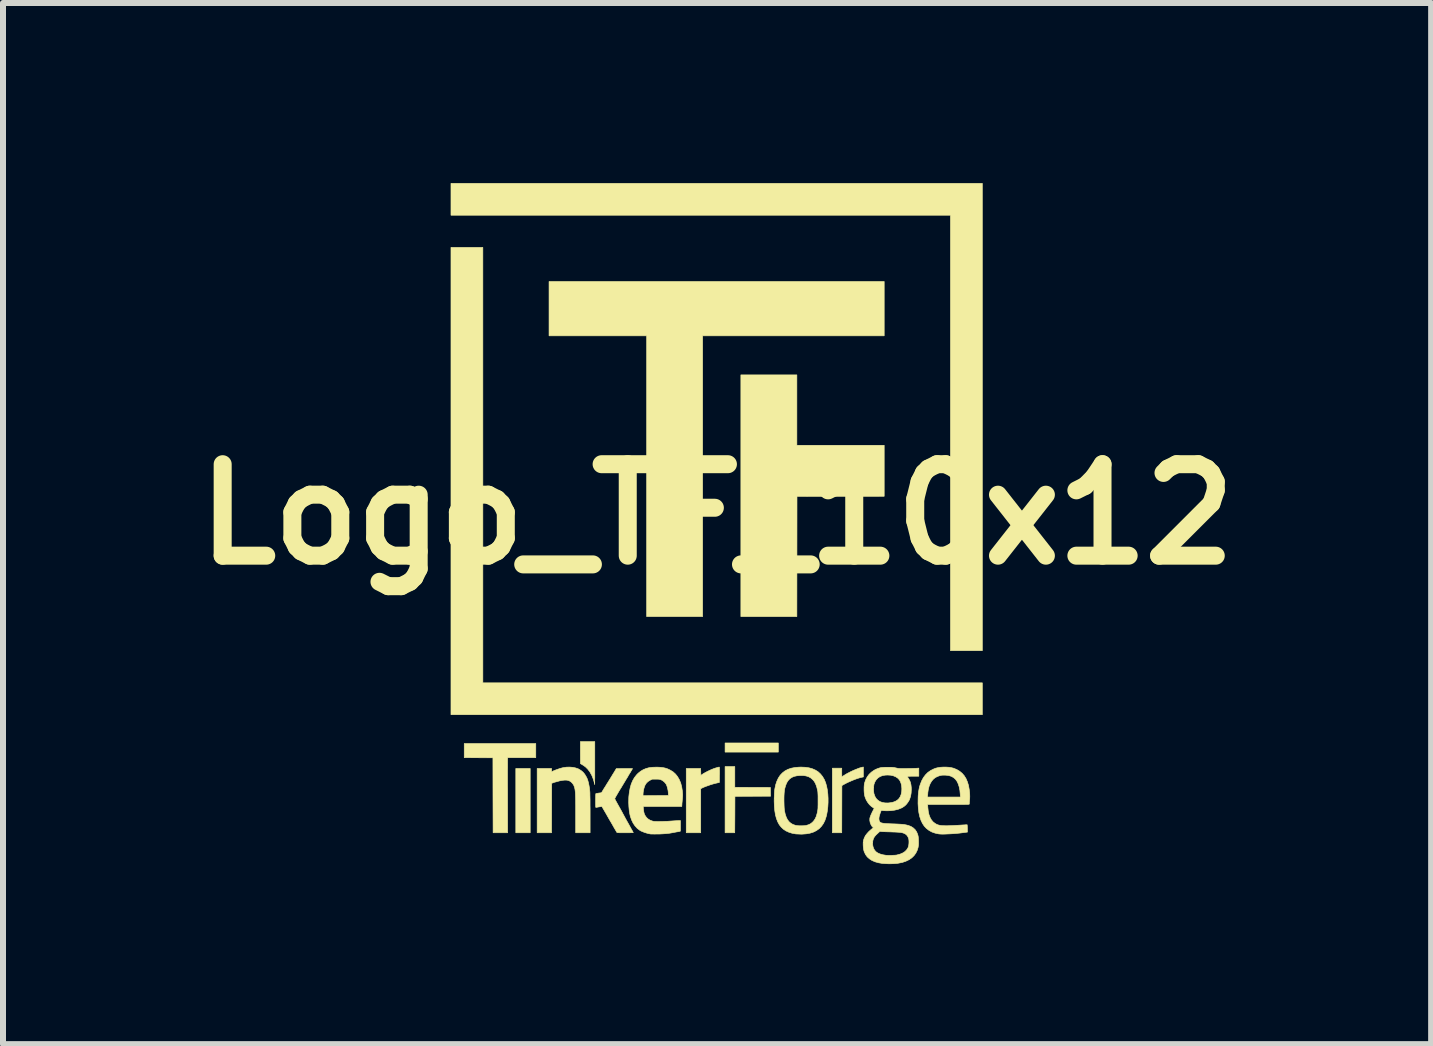
<source format=kicad_pcb>
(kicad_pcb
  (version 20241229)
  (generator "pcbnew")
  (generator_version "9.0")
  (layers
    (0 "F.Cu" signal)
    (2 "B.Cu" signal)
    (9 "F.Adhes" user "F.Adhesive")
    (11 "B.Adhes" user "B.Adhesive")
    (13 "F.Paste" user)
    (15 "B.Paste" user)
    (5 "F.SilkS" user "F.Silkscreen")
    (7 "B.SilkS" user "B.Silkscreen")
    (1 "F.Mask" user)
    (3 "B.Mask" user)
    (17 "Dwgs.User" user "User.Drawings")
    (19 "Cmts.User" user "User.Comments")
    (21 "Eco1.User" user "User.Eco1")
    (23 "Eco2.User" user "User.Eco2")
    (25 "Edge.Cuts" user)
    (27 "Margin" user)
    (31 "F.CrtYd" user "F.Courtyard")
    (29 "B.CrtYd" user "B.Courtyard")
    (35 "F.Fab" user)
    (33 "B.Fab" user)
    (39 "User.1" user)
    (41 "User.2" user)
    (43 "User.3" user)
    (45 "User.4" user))
  (footprint "Logo_TF_10x12"
    (layer "F.Cu")
    (at 8.897 5.519)
    (property "Reference" "Logo_TF_10x12" (at 0 0 0) (layer "F.SilkS") (effects (font (size 1.524 1.524) (thickness 0.3))))
    (attr through_hole)
    (fp_poly (pts (xy -3.113 5.306) (xy -3.353 5.306) (xy -3.353 4.235) (xy -3.113 4.235) (xy -3.113 5.306)) (stroke (width 0.01) (type solid)) (fill yes) (layer "F.SilkS"))
    (fp_poly (pts (xy 1.021 3.962) (xy 0.134 3.962) (xy 0.134 3.81) (xy 1.021 3.81) (xy 1.021 3.962)) (stroke (width 0.01) (type solid)) (fill yes) (layer "F.SilkS"))
    (fp_poly (pts (xy -3.902 2.808) (xy 4.42 2.808) (xy 4.42 3.339) (xy -4.433 3.339) (xy -4.433 -4.447) (xy -3.902 -4.447) (xy -3.902 2.808)) (stroke (width 0.01) (type solid)) (fill yes) (layer "F.SilkS"))
    (fp_poly (pts (xy 4.42 2.272) (xy 3.889 2.272) (xy 3.889 -4.983) (xy -4.433 -4.983) (xy -4.433 -5.514) (xy 4.42 -5.514) (xy 4.42 2.272)) (stroke (width 0.01) (type solid)) (fill yes) (layer "F.SilkS"))
    (fp_poly (pts (xy 1.33 -1.15) (xy 2.785 -1.15) (xy 2.785 -0.3) (xy 1.332 -0.298) (xy 1.33 1.704) (xy 0.397 1.704) (xy 0.397 -2.323) (xy 1.33 -2.323) (xy 1.33 -1.15)) (stroke (width 0.01) (type solid)) (fill yes) (layer "F.SilkS"))
    (fp_poly (pts (xy 2.785 -2.974) (xy -0.24 -2.974) (xy -0.24 1.704) (xy -1.173 1.704) (xy -1.173 -2.974) (xy -2.799 -2.974) (xy -2.799 -3.879) (xy 2.785 -3.879) (xy 2.785 -2.974)) (stroke (width 0.01) (type solid)) (fill yes) (layer "F.SilkS"))
    (fp_poly (pts (xy 0.296 4.549) (xy 0.592 4.55) (xy 0.889 4.551) (xy 0.89 4.624) (xy 0.892 4.697) (xy 0.595 4.698) (xy 0.298 4.699) (xy 0.297 5.003) (xy 0.295 5.306) (xy 0.134 5.306) (xy 0.134 4.203) (xy 0.296 4.203) (xy 0.296 4.549)) (stroke (width 0.01) (type solid)) (fill yes) (layer "F.SilkS"))
    (fp_poly (pts (xy -3.02 4.055) (xy -3.487 4.055) (xy -3.489 4.065) (xy -3.489 4.071) (xy -3.49 4.085) (xy -3.49 4.108) (xy -3.49 4.138) (xy -3.49 4.176) (xy -3.49 4.219) (xy -3.491 4.269) (xy -3.491 4.324) (xy -3.491 4.384) (xy -3.491 4.448) (xy -3.491 4.517) (xy -3.49 4.588) (xy -3.49 4.662) (xy -3.49 4.691) (xy -3.489 5.306) (xy -3.731 5.306) (xy -3.733 4.682) (xy -3.734 4.057) (xy -4.212 4.055) (xy -4.212 3.819) (xy -3.02 3.819) (xy -3.02 4.055)) (stroke (width 0.01) (type solid)) (fill yes) (layer "F.SilkS"))
    (fp_poly (pts (xy -2.037 4.145) (xy -2.037 4.201) (xy -2.037 4.255) (xy -2.037 4.306) (xy -2.037 4.352) (xy -2.037 4.393) (xy -2.038 4.429) (xy -2.038 4.459) (xy -2.038 4.481) (xy -2.038 4.496) (xy -2.039 4.502) (xy -2.039 4.503) (xy -2.041 4.499) (xy -2.041 4.492) (xy -2.043 4.479) (xy -2.048 4.46) (xy -2.055 4.436) (xy -2.063 4.41) (xy -2.073 4.384) (xy -2.083 4.359) (xy -2.09 4.344) (xy -2.12 4.291) (xy -2.155 4.245) (xy -2.195 4.206) (xy -2.241 4.175) (xy -2.242 4.174) (xy -2.276 4.154) (xy -2.277 3.97) (xy -2.277 3.787) (xy -2.037 3.787) (xy -2.037 4.145)) (stroke (width 0.01) (type solid)) (fill yes) (layer "F.SilkS"))
    (fp_poly (pts (xy 0.039 4.216) (xy 0.04 4.229) (xy 0.04 4.248) (xy 0.041 4.273) (xy 0.041 4.303) (xy 0.041 4.336) (xy 0.04 4.34) (xy 0.039 4.468) (xy 0.014 4.473) (xy -0.024 4.482) (xy -0.066 4.493) (xy -0.109 4.506) (xy -0.151 4.521) (xy -0.191 4.535) (xy -0.225 4.549) (xy -0.246 4.559) (xy -0.272 4.572) (xy -0.272 5.306) (xy -0.513 5.306) (xy -0.513 4.235) (xy -0.273 4.235) (xy -0.271 4.293) (xy -0.27 4.35) (xy -0.244 4.332) (xy -0.223 4.318) (xy -0.196 4.303) (xy -0.164 4.286) (xy -0.131 4.27) (xy -0.098 4.255) (xy -0.069 4.243) (xy -0.048 4.235) (xy -0.024 4.227) (xy -0.002 4.221) (xy 0.018 4.215) (xy 0.033 4.212) (xy 0.038 4.212) (xy 0.039 4.216)) (stroke (width 0.01) (type solid)) (fill yes) (layer "F.SilkS"))
    (fp_poly (pts (xy 2.438 4.376) (xy 2.41 4.382) (xy 2.377 4.39) (xy 2.339 4.402) (xy 2.297 4.417) (xy 2.252 4.435) (xy 2.208 4.454) (xy 2.166 4.473) (xy 2.128 4.493) (xy 2.113 4.501) (xy 2.08 4.52) (xy 2.079 4.913) (xy 2.078 5.306) (xy 1.921 5.306) (xy 1.921 4.23) (xy 2.078 4.23) (xy 2.078 4.302) (xy 2.078 4.326) (xy 2.079 4.347) (xy 2.079 4.363) (xy 2.079 4.372) (xy 2.08 4.373) (xy 2.084 4.371) (xy 2.094 4.365) (xy 2.109 4.355) (xy 2.12 4.348) (xy 2.15 4.329) (xy 2.185 4.31) (xy 2.224 4.29) (xy 2.264 4.271) (xy 2.304 4.254) (xy 2.342 4.239) (xy 2.376 4.226) (xy 2.406 4.218) (xy 2.421 4.214) (xy 2.438 4.211) (xy 2.438 4.376)) (stroke (width 0.01) (type solid)) (fill yes) (layer "F.SilkS"))
    (fp_poly (pts (xy -2.404 4.216) (xy -2.356 4.226) (xy -2.313 4.241) (xy -2.307 4.244) (xy -2.267 4.268) (xy -2.233 4.296) (xy -2.204 4.331) (xy -2.179 4.373) (xy -2.165 4.401) (xy -2.153 4.434) (xy -2.142 4.474) (xy -2.133 4.519) (xy -2.125 4.566) (xy -2.12 4.614) (xy -2.119 4.627) (xy -2.118 4.649) (xy -2.118 4.679) (xy -2.117 4.715) (xy -2.116 4.756) (xy -2.116 4.802) (xy -2.116 4.852) (xy -2.115 4.905) (xy -2.115 4.959) (xy -2.115 4.986) (xy -2.115 5.306) (xy -2.355 5.306) (xy -2.355 4.986) (xy -2.355 4.919) (xy -2.355 4.86) (xy -2.356 4.808) (xy -2.356 4.764) (xy -2.357 4.726) (xy -2.358 4.693) (xy -2.359 4.666) (xy -2.36 4.642) (xy -2.362 4.622) (xy -2.364 4.604) (xy -2.366 4.588) (xy -2.369 4.573) (xy -2.372 4.559) (xy -2.373 4.554) (xy -2.386 4.518) (xy -2.405 4.487) (xy -2.43 4.461) (xy -2.459 4.442) (xy -2.459 4.442) (xy -2.483 4.433) (xy -2.51 4.429) (xy -2.541 4.429) (xy -2.578 4.433) (xy -2.621 4.441) (xy -2.635 4.445) (xy -2.661 4.452) (xy -2.686 4.459) (xy -2.709 4.465) (xy -2.725 4.471) (xy -2.727 4.472) (xy -2.755 4.482) (xy -2.756 4.894) (xy -2.757 5.306) (xy -2.997 5.306) (xy -2.997 4.235) (xy -2.757 4.235) (xy -2.757 4.26) (xy -2.757 4.274) (xy -2.755 4.284) (xy -2.754 4.287) (xy -2.749 4.286) (xy -2.739 4.282) (xy -2.737 4.281) (xy -2.721 4.273) (xy -2.699 4.264) (xy -2.672 4.254) (xy -2.643 4.244) (xy -2.614 4.234) (xy -2.587 4.227) (xy -2.564 4.221) (xy -2.562 4.221) (xy -2.509 4.213) (xy -2.455 4.212) (xy -2.404 4.216)) (stroke (width 0.01) (type solid)) (fill yes) (layer "F.SilkS"))
    (fp_poly (pts (xy -1.451 4.236) (xy -1.43 4.236) (xy -1.416 4.236) (xy -1.409 4.237) (xy -1.409 4.237) (xy -1.411 4.242) (xy -1.418 4.255) (xy -1.43 4.274) (xy -1.445 4.3) (xy -1.46 4.324) (xy -1.47 4.34) (xy -1.478 4.353) (xy -1.482 4.361) (xy -1.482 4.362) (xy -1.485 4.367) (xy -1.491 4.377) (xy -1.498 4.389) (xy -1.508 4.405) (xy -1.518 4.421) (xy -1.523 4.429) (xy -1.53 4.442) (xy -1.542 4.461) (xy -1.556 4.485) (xy -1.572 4.511) (xy -1.588 4.538) (xy -1.593 4.547) (xy -1.614 4.58) (xy -1.634 4.613) (xy -1.652 4.644) (xy -1.669 4.673) (xy -1.683 4.697) (xy -1.694 4.717) (xy -1.701 4.73) (xy -1.704 4.737) (xy -1.704 4.738) (xy -1.702 4.744) (xy -1.696 4.756) (xy -1.687 4.774) (xy -1.675 4.795) (xy -1.666 4.812) (xy -1.638 4.862) (xy -1.614 4.905) (xy -1.594 4.941) (xy -1.578 4.971) (xy -1.568 4.99) (xy -1.557 5.01) (xy -1.542 5.038) (xy -1.524 5.071) (xy -1.503 5.109) (xy -1.48 5.15) (xy -1.456 5.193) (xy -1.432 5.237) (xy -1.415 5.267) (xy -1.406 5.283) (xy -1.4 5.295) (xy -1.396 5.302) (xy -1.395 5.303) (xy -1.399 5.304) (xy -1.412 5.304) (xy -1.431 5.305) (xy -1.456 5.306) (xy -1.485 5.306) (xy -1.519 5.306) (xy -1.529 5.306) (xy -1.569 5.306) (xy -1.6 5.306) (xy -1.623 5.306) (xy -1.641 5.305) (xy -1.653 5.304) (xy -1.661 5.303) (xy -1.666 5.302) (xy -1.669 5.3) (xy -1.67 5.298) (xy -1.675 5.29) (xy -1.683 5.276) (xy -1.696 5.254) (xy -1.712 5.227) (xy -1.73 5.195) (xy -1.751 5.158) (xy -1.774 5.119) (xy -1.799 5.076) (xy -1.824 5.032) (xy -1.85 4.986) (xy -1.876 4.942) (xy -1.889 4.919) (xy -1.901 4.899) (xy -1.91 4.883) (xy -1.916 4.872) (xy -1.918 4.869) (xy -1.923 4.869) (xy -1.935 4.87) (xy -1.951 4.873) (xy -1.969 4.875) (xy -1.987 4.879) (xy -2.003 4.881) (xy -2.013 4.884) (xy -2.015 4.884) (xy -2.017 4.884) (xy -2.019 4.883) (xy -2.021 4.878) (xy -2.022 4.869) (xy -2.022 4.856) (xy -2.023 4.836) (xy -2.023 4.809) (xy -2.023 4.774) (xy -2.023 4.771) (xy -2.023 4.739) (xy -2.022 4.711) (xy -2.022 4.687) (xy -2.021 4.668) (xy -2.02 4.657) (xy -2.019 4.654) (xy -2.013 4.652) (xy -2.001 4.65) (xy -1.983 4.647) (xy -1.971 4.645) (xy -1.925 4.639) (xy -1.886 4.574) (xy -1.87 4.549) (xy -1.854 4.524) (xy -1.84 4.5) (xy -1.828 4.481) (xy -1.824 4.475) (xy -1.813 4.458) (xy -1.8 4.436) (xy -1.784 4.411) (xy -1.769 4.386) (xy -1.766 4.381) (xy -1.75 4.355) (xy -1.734 4.328) (xy -1.718 4.303) (xy -1.705 4.282) (xy -1.704 4.279) (xy -1.678 4.237) (xy -1.543 4.236) (xy -1.509 4.236) (xy -1.478 4.236) (xy -1.451 4.236)) (stroke (width 0.01) (type solid)) (fill yes) (layer "F.SilkS"))
    (fp_poly (pts (xy 1.469 4.215) (xy 1.532 4.224) (xy 1.589 4.24) (xy 1.639 4.262) (xy 1.684 4.29) (xy 1.723 4.326) (xy 1.757 4.368) (xy 1.786 4.417) (xy 1.79 4.425) (xy 1.81 4.475) (xy 1.826 4.532) (xy 1.838 4.594) (xy 1.846 4.661) (xy 1.85 4.73) (xy 1.85 4.801) (xy 1.846 4.872) (xy 1.838 4.941) (xy 1.826 5.008) (xy 1.817 5.042) (xy 1.797 5.102) (xy 1.771 5.154) (xy 1.739 5.199) (xy 1.701 5.238) (xy 1.656 5.27) (xy 1.606 5.295) (xy 1.549 5.313) (xy 1.486 5.324) (xy 1.417 5.329) (xy 1.397 5.329) (xy 1.371 5.328) (xy 1.346 5.327) (xy 1.324 5.326) (xy 1.309 5.325) (xy 1.25 5.314) (xy 1.196 5.297) (xy 1.148 5.275) (xy 1.106 5.247) (xy 1.069 5.212) (xy 1.037 5.172) (xy 1.011 5.124) (xy 0.99 5.07) (xy 0.973 5.008) (xy 0.962 4.939) (xy 0.955 4.862) (xy 0.952 4.778) (xy 0.952 4.773) (xy 1.115 4.773) (xy 1.116 4.816) (xy 1.117 4.856) (xy 1.119 4.893) (xy 1.122 4.925) (xy 1.124 4.939) (xy 1.136 4.996) (xy 1.153 5.046) (xy 1.173 5.087) (xy 1.199 5.121) (xy 1.23 5.148) (xy 1.265 5.168) (xy 1.306 5.182) (xy 1.316 5.184) (xy 1.342 5.188) (xy 1.373 5.19) (xy 1.406 5.19) (xy 1.439 5.189) (xy 1.468 5.187) (xy 1.484 5.184) (xy 1.522 5.173) (xy 1.555 5.158) (xy 1.584 5.136) (xy 1.592 5.129) (xy 1.616 5.102) (xy 1.636 5.071) (xy 1.653 5.034) (xy 1.666 4.989) (xy 1.671 4.969) (xy 1.674 4.952) (xy 1.677 4.937) (xy 1.679 4.922) (xy 1.681 4.907) (xy 1.682 4.889) (xy 1.682 4.867) (xy 1.683 4.84) (xy 1.683 4.807) (xy 1.683 4.775) (xy 1.683 4.734) (xy 1.683 4.7) (xy 1.682 4.673) (xy 1.681 4.652) (xy 1.68 4.634) (xy 1.679 4.62) (xy 1.676 4.606) (xy 1.675 4.6) (xy 1.663 4.55) (xy 1.649 4.508) (xy 1.633 4.473) (xy 1.614 4.443) (xy 1.591 4.417) (xy 1.589 4.416) (xy 1.558 4.39) (xy 1.522 4.371) (xy 1.482 4.359) (xy 1.435 4.352) (xy 1.383 4.352) (xy 1.381 4.352) (xy 1.329 4.357) (xy 1.284 4.367) (xy 1.245 4.384) (xy 1.212 4.407) (xy 1.184 4.437) (xy 1.161 4.474) (xy 1.143 4.518) (xy 1.128 4.571) (xy 1.124 4.593) (xy 1.121 4.618) (xy 1.118 4.65) (xy 1.116 4.688) (xy 1.115 4.729) (xy 1.115 4.773) (xy 0.952 4.773) (xy 0.953 4.729) (xy 0.954 4.694) (xy 0.955 4.66) (xy 0.957 4.629) (xy 0.959 4.602) (xy 0.962 4.583) (xy 0.962 4.579) (xy 0.976 4.51) (xy 0.996 4.449) (xy 1.021 4.395) (xy 1.052 4.348) (xy 1.089 4.309) (xy 1.131 4.276) (xy 1.18 4.25) (xy 1.235 4.231) (xy 1.296 4.219) (xy 1.364 4.213) (xy 1.399 4.212) (xy 1.469 4.215)) (stroke (width 0.01) (type solid)) (fill yes) (layer "F.SilkS"))
    (fp_poly (pts (xy 3.816 4.212) (xy 3.863 4.215) (xy 3.906 4.222) (xy 3.942 4.231) (xy 3.995 4.253) (xy 4.042 4.281) (xy 4.083 4.315) (xy 4.118 4.355) (xy 4.148 4.403) (xy 4.171 4.457) (xy 4.19 4.518) (xy 4.202 4.587) (xy 4.208 4.632) (xy 4.21 4.668) (xy 4.211 4.7) (xy 4.21 4.732) (xy 4.208 4.757) (xy 4.206 4.78) (xy 4.204 4.801) (xy 4.203 4.817) (xy 4.203 4.826) (xy 4.203 4.827) (xy 4.202 4.829) (xy 4.201 4.83) (xy 4.197 4.831) (xy 4.191 4.832) (xy 4.182 4.833) (xy 4.17 4.834) (xy 4.153 4.834) (xy 4.132 4.834) (xy 4.104 4.835) (xy 4.071 4.835) (xy 4.031 4.835) (xy 3.984 4.835) (xy 3.929 4.835) (xy 3.865 4.835) (xy 3.509 4.835) (xy 3.512 4.883) (xy 3.519 4.947) (xy 3.531 5.003) (xy 3.549 5.051) (xy 3.572 5.092) (xy 3.6 5.125) (xy 3.628 5.147) (xy 3.647 5.159) (xy 3.667 5.169) (xy 3.687 5.176) (xy 3.71 5.182) (xy 3.735 5.186) (xy 3.766 5.188) (xy 3.801 5.189) (xy 3.844 5.189) (xy 3.894 5.187) (xy 3.905 5.187) (xy 3.943 5.185) (xy 3.982 5.183) (xy 4.019 5.181) (xy 4.054 5.179) (xy 4.083 5.177) (xy 4.098 5.176) (xy 4.122 5.175) (xy 4.142 5.173) (xy 4.158 5.173) (xy 4.166 5.173) (xy 4.168 5.173) (xy 4.168 5.178) (xy 4.169 5.19) (xy 4.17 5.209) (xy 4.171 5.231) (xy 4.171 5.235) (xy 4.172 5.295) (xy 4.133 5.3) (xy 4.088 5.306) (xy 4.04 5.312) (xy 3.991 5.317) (xy 3.941 5.321) (xy 3.891 5.324) (xy 3.844 5.326) (xy 3.8 5.328) (xy 3.761 5.329) (xy 3.728 5.328) (xy 3.702 5.326) (xy 3.692 5.325) (xy 3.633 5.312) (xy 3.579 5.293) (xy 3.532 5.267) (xy 3.49 5.235) (xy 3.454 5.197) (xy 3.423 5.151) (xy 3.398 5.099) (xy 3.378 5.04) (xy 3.363 4.973) (xy 3.354 4.9) (xy 3.349 4.818) (xy 3.35 4.741) (xy 3.351 4.711) (xy 3.505 4.711) (xy 4.055 4.711) (xy 4.052 4.663) (xy 4.046 4.598) (xy 4.034 4.54) (xy 4.018 4.491) (xy 3.998 4.449) (xy 3.972 4.414) (xy 3.941 4.387) (xy 3.904 4.366) (xy 3.862 4.353) (xy 3.815 4.347) (xy 3.789 4.346) (xy 3.763 4.346) (xy 3.741 4.348) (xy 3.721 4.352) (xy 3.698 4.359) (xy 3.676 4.367) (xy 3.637 4.386) (xy 3.604 4.413) (xy 3.575 4.447) (xy 3.551 4.488) (xy 3.532 4.536) (xy 3.519 4.59) (xy 3.512 4.639) (xy 3.511 4.659) (xy 3.509 4.678) (xy 3.507 4.691) (xy 3.505 4.711) (xy 3.351 4.711) (xy 3.352 4.681) (xy 3.357 4.628) (xy 3.365 4.581) (xy 3.374 4.538) (xy 3.386 4.5) (xy 3.41 4.439) (xy 3.439 4.386) (xy 3.474 4.34) (xy 3.513 4.301) (xy 3.559 4.269) (xy 3.611 4.243) (xy 3.641 4.231) (xy 3.678 4.222) (xy 3.721 4.215) (xy 3.768 4.212) (xy 3.816 4.212)) (stroke (width 0.01) (type solid)) (fill yes) (layer "F.SilkS"))
    (fp_poly (pts (xy -0.994 4.213) (xy -0.95 4.215) (xy -0.914 4.219) (xy -0.883 4.224) (xy -0.854 4.231) (xy -0.825 4.241) (xy -0.795 4.255) (xy -0.779 4.263) (xy -0.733 4.291) (xy -0.693 4.327) (xy -0.659 4.369) (xy -0.63 4.419) (xy -0.606 4.475) (xy -0.589 4.539) (xy -0.578 4.608) (xy -0.577 4.62) (xy -0.575 4.643) (xy -0.573 4.664) (xy -0.573 4.684) (xy -0.574 4.706) (xy -0.576 4.733) (xy -0.579 4.76) (xy -0.581 4.787) (xy -0.584 4.813) (xy -0.585 4.833) (xy -0.586 4.848) (xy -0.587 4.855) (xy -0.587 4.868) (xy -1.23 4.868) (xy -1.227 4.908) (xy -1.222 4.948) (xy -1.215 4.981) (xy -1.204 5.008) (xy -1.199 5.018) (xy -1.176 5.051) (xy -1.149 5.076) (xy -1.117 5.096) (xy -1.083 5.109) (xy -1.072 5.112) (xy -1.061 5.115) (xy -1.049 5.117) (xy -1.035 5.118) (xy -1.016 5.118) (xy -0.992 5.119) (xy -0.961 5.119) (xy -0.949 5.118) (xy -0.911 5.118) (xy -0.868 5.116) (xy -0.824 5.115) (xy -0.783 5.112) (xy -0.753 5.11) (xy -0.722 5.108) (xy -0.694 5.106) (xy -0.668 5.105) (xy -0.648 5.104) (xy -0.635 5.103) (xy -0.634 5.103) (xy -0.61 5.103) (xy -0.61 5.193) (xy -0.61 5.224) (xy -0.61 5.247) (xy -0.61 5.263) (xy -0.611 5.274) (xy -0.613 5.28) (xy -0.615 5.282) (xy -0.618 5.283) (xy -0.618 5.283) (xy -0.627 5.284) (xy -0.641 5.287) (xy -0.66 5.29) (xy -0.673 5.292) (xy -0.735 5.304) (xy -0.792 5.314) (xy -0.846 5.32) (xy -0.901 5.324) (xy -0.959 5.327) (xy -0.979 5.327) (xy -1.011 5.327) (xy -1.04 5.328) (xy -1.066 5.327) (xy -1.086 5.327) (xy -1.1 5.327) (xy -1.104 5.327) (xy -1.136 5.321) (xy -1.172 5.312) (xy -1.207 5.301) (xy -1.241 5.288) (xy -1.27 5.275) (xy -1.284 5.267) (xy -1.328 5.234) (xy -1.366 5.193) (xy -1.398 5.146) (xy -1.424 5.092) (xy -1.445 5.031) (xy -1.453 4.996) (xy -1.463 4.937) (xy -1.469 4.871) (xy -1.472 4.803) (xy -1.471 4.736) (xy -1.47 4.709) (xy -1.466 4.671) (xy -1.233 4.671) (xy -1.233 4.688) (xy -0.81 4.685) (xy -0.812 4.644) (xy -0.815 4.609) (xy -0.822 4.573) (xy -0.831 4.539) (xy -0.841 4.511) (xy -0.852 4.491) (xy -0.878 4.46) (xy -0.91 4.435) (xy -0.933 4.424) (xy -0.945 4.419) (xy -0.957 4.416) (xy -0.971 4.414) (xy -0.989 4.413) (xy -1.014 4.413) (xy -1.019 4.413) (xy -1.079 4.413) (xy -1.114 4.43) (xy -1.148 4.451) (xy -1.176 4.477) (xy -1.198 4.511) (xy -1.201 4.517) (xy -1.21 4.54) (xy -1.219 4.57) (xy -1.226 4.602) (xy -1.231 4.635) (xy -1.233 4.666) (xy -1.233 4.671) (xy -1.466 4.671) (xy -1.461 4.631) (xy -1.448 4.56) (xy -1.43 4.496) (xy -1.406 4.439) (xy -1.377 4.388) (xy -1.342 4.343) (xy -1.315 4.315) (xy -1.274 4.282) (xy -1.231 4.256) (xy -1.184 4.236) (xy -1.133 4.222) (xy -1.076 4.215) (xy -1.012 4.213) (xy -0.994 4.213)) (stroke (width 0.01) (type solid)) (fill yes) (layer "F.SilkS"))
    (fp_poly (pts (xy 2.876 4.215) (xy 2.902 4.215) (xy 2.922 4.216) (xy 2.94 4.218) (xy 2.955 4.22) (xy 2.972 4.224) (xy 2.981 4.226) (xy 2.996 4.229) (xy 3.009 4.232) (xy 3.022 4.234) (xy 3.036 4.235) (xy 3.054 4.236) (xy 3.076 4.236) (xy 3.103 4.236) (xy 3.138 4.236) (xy 3.15 4.236) (xy 3.185 4.235) (xy 3.221 4.235) (xy 3.253 4.234) (xy 3.282 4.233) (xy 3.305 4.233) (xy 3.317 4.232) (xy 3.362 4.229) (xy 3.362 4.364) (xy 3.265 4.364) (xy 3.236 4.364) (xy 3.211 4.365) (xy 3.19 4.365) (xy 3.176 4.366) (xy 3.169 4.366) (xy 3.168 4.367) (xy 3.17 4.371) (xy 3.177 4.381) (xy 3.186 4.395) (xy 3.186 4.396) (xy 3.207 4.43) (xy 3.222 4.466) (xy 3.231 4.506) (xy 3.236 4.55) (xy 3.237 4.584) (xy 3.234 4.644) (xy 3.225 4.697) (xy 3.209 4.746) (xy 3.2 4.766) (xy 3.177 4.803) (xy 3.149 4.838) (xy 3.116 4.867) (xy 3.08 4.89) (xy 3.075 4.892) (xy 3.021 4.914) (xy 2.961 4.929) (xy 2.897 4.938) (xy 2.831 4.94) (xy 2.801 4.939) (xy 2.78 4.938) (xy 2.761 4.936) (xy 2.748 4.935) (xy 2.743 4.934) (xy 2.74 4.934) (xy 2.736 4.937) (xy 2.732 4.943) (xy 2.728 4.954) (xy 2.721 4.971) (xy 2.713 4.996) (xy 2.711 5.003) (xy 2.7 5.041) (xy 2.697 5.074) (xy 2.701 5.102) (xy 2.704 5.11) (xy 2.709 5.12) (xy 2.715 5.128) (xy 2.725 5.135) (xy 2.737 5.141) (xy 2.754 5.145) (xy 2.776 5.149) (xy 2.804 5.152) (xy 2.838 5.154) (xy 2.88 5.156) (xy 2.93 5.158) (xy 2.939 5.158) (xy 2.988 5.16) (xy 3.029 5.162) (xy 3.063 5.164) (xy 3.091 5.166) (xy 3.116 5.169) (xy 3.138 5.173) (xy 3.159 5.177) (xy 3.18 5.183) (xy 3.186 5.184) (xy 3.231 5.201) (xy 3.269 5.225) (xy 3.301 5.255) (xy 3.325 5.291) (xy 3.343 5.333) (xy 3.351 5.364) (xy 3.354 5.389) (xy 3.356 5.42) (xy 3.357 5.454) (xy 3.357 5.488) (xy 3.355 5.519) (xy 3.351 5.543) (xy 3.351 5.547) (xy 3.335 5.599) (xy 3.312 5.646) (xy 3.282 5.687) (xy 3.244 5.724) (xy 3.199 5.755) (xy 3.147 5.78) (xy 3.088 5.8) (xy 3.023 5.813) (xy 2.998 5.817) (xy 2.959 5.82) (xy 2.913 5.822) (xy 2.865 5.823) (xy 2.817 5.821) (xy 2.772 5.818) (xy 2.755 5.817) (xy 2.69 5.806) (xy 2.633 5.79) (xy 2.582 5.768) (xy 2.539 5.74) (xy 2.503 5.708) (xy 2.475 5.67) (xy 2.454 5.626) (xy 2.447 5.606) (xy 2.441 5.577) (xy 2.437 5.543) (xy 2.435 5.509) (xy 2.435 5.475) (xy 2.436 5.466) (xy 2.592 5.466) (xy 2.593 5.502) (xy 2.597 5.53) (xy 2.608 5.566) (xy 2.625 5.596) (xy 2.648 5.622) (xy 2.678 5.643) (xy 2.715 5.659) (xy 2.759 5.672) (xy 2.806 5.68) (xy 2.824 5.682) (xy 2.848 5.683) (xy 2.877 5.683) (xy 2.908 5.683) (xy 2.938 5.681) (xy 2.965 5.68) (xy 2.987 5.678) (xy 2.997 5.676) (xy 3.05 5.662) (xy 3.094 5.643) (xy 3.13 5.62) (xy 3.159 5.591) (xy 3.18 5.559) (xy 3.19 5.533) (xy 3.194 5.512) (xy 3.197 5.487) (xy 3.198 5.459) (xy 3.197 5.432) (xy 3.194 5.409) (xy 3.192 5.401) (xy 3.18 5.373) (xy 3.163 5.348) (xy 3.141 5.329) (xy 3.137 5.326) (xy 3.123 5.319) (xy 3.109 5.313) (xy 3.094 5.308) (xy 3.076 5.304) (xy 3.055 5.3) (xy 3.029 5.298) (xy 2.998 5.296) (xy 2.959 5.294) (xy 2.913 5.293) (xy 2.905 5.292) (xy 2.868 5.291) (xy 2.833 5.29) (xy 2.801 5.289) (xy 2.774 5.288) (xy 2.753 5.287) (xy 2.739 5.286) (xy 2.736 5.285) (xy 2.713 5.283) (xy 2.671 5.322) (xy 2.646 5.346) (xy 2.628 5.367) (xy 2.615 5.386) (xy 2.606 5.406) (xy 2.598 5.428) (xy 2.598 5.43) (xy 2.592 5.466) (xy 2.436 5.466) (xy 2.437 5.446) (xy 2.44 5.431) (xy 2.454 5.391) (xy 2.473 5.353) (xy 2.501 5.317) (xy 2.535 5.28) (xy 2.569 5.251) (xy 2.605 5.221) (xy 2.594 5.212) (xy 2.576 5.192) (xy 2.562 5.165) (xy 2.551 5.135) (xy 2.545 5.102) (xy 2.545 5.087) (xy 2.545 5.071) (xy 2.548 5.055) (xy 2.554 5.037) (xy 2.563 5.013) (xy 2.563 5.012) (xy 2.574 4.989) (xy 2.585 4.964) (xy 2.597 4.941) (xy 2.601 4.933) (xy 2.609 4.918) (xy 2.615 4.905) (xy 2.618 4.899) (xy 2.618 4.898) (xy 2.613 4.895) (xy 2.604 4.89) (xy 2.571 4.867) (xy 2.539 4.837) (xy 2.511 4.801) (xy 2.486 4.76) (xy 2.468 4.716) (xy 2.461 4.694) (xy 2.456 4.668) (xy 2.452 4.636) (xy 2.45 4.601) (xy 2.45 4.591) (xy 2.608 4.591) (xy 2.61 4.623) (xy 2.614 4.652) (xy 2.616 4.659) (xy 2.631 4.701) (xy 2.652 4.736) (xy 2.68 4.764) (xy 2.713 4.786) (xy 2.753 4.801) (xy 2.799 4.809) (xy 2.851 4.81) (xy 2.851 4.81) (xy 2.876 4.807) (xy 2.903 4.803) (xy 2.926 4.798) (xy 2.929 4.798) (xy 2.97 4.783) (xy 3.004 4.763) (xy 3.032 4.736) (xy 3.053 4.704) (xy 3.068 4.665) (xy 3.077 4.618) (xy 3.077 4.617) (xy 3.079 4.573) (xy 3.076 4.53) (xy 3.068 4.49) (xy 3.055 4.454) (xy 3.038 4.424) (xy 3.037 4.423) (xy 3.01 4.395) (xy 2.976 4.373) (xy 2.937 4.357) (xy 2.892 4.347) (xy 2.842 4.344) (xy 2.801 4.346) (xy 2.756 4.354) (xy 2.715 4.37) (xy 2.681 4.393) (xy 2.652 4.423) (xy 2.63 4.459) (xy 2.615 4.498) (xy 2.611 4.525) (xy 2.608 4.556) (xy 2.608 4.591) (xy 2.45 4.591) (xy 2.45 4.564) (xy 2.451 4.529) (xy 2.454 4.498) (xy 2.458 4.478) (xy 2.476 4.424) (xy 2.502 4.375) (xy 2.534 4.332) (xy 2.573 4.295) (xy 2.618 4.264) (xy 2.64 4.252) (xy 2.667 4.24) (xy 2.692 4.231) (xy 2.715 4.224) (xy 2.739 4.219) (xy 2.767 4.217) (xy 2.799 4.215) (xy 2.839 4.215) (xy 2.842 4.215) (xy 2.876 4.215)) (stroke (width 0.01) (type solid)) (fill yes) (layer "F.SilkS")))
  (gr_rect
    (start -3 -3)
    (end 20.795 14.347)
    (stroke (width 0.1) (type default))
    (fill no)
    (layer "Edge.Cuts")))
</source>
